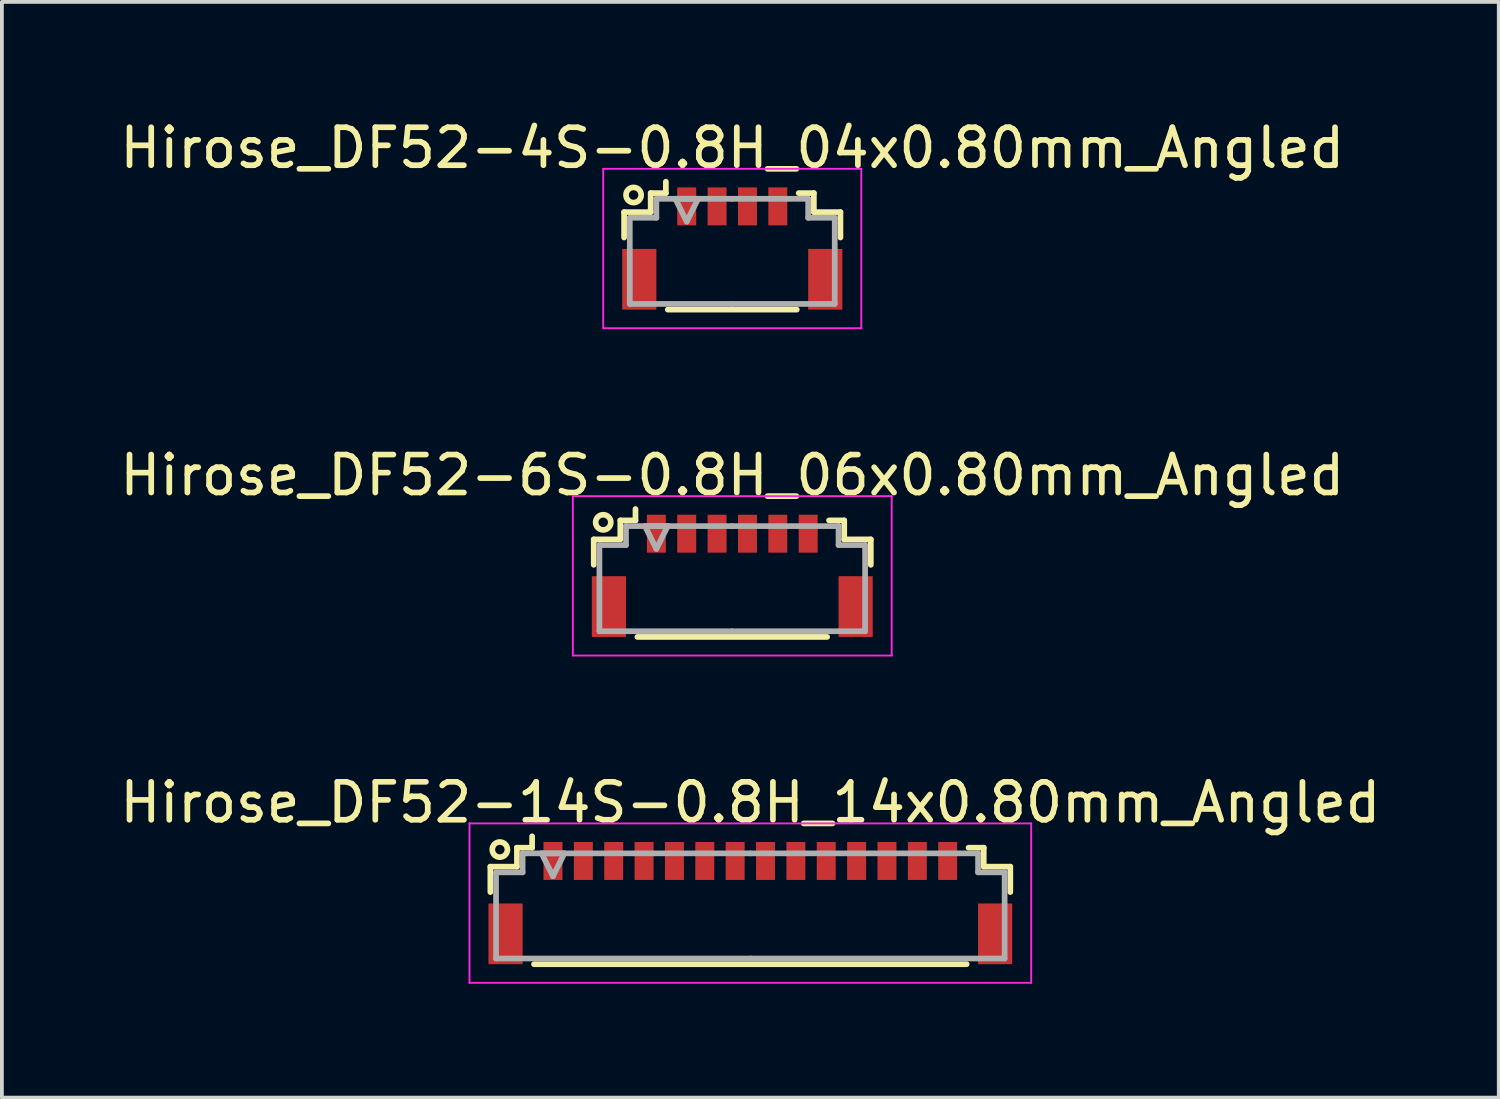
<source format=kicad_pcb>
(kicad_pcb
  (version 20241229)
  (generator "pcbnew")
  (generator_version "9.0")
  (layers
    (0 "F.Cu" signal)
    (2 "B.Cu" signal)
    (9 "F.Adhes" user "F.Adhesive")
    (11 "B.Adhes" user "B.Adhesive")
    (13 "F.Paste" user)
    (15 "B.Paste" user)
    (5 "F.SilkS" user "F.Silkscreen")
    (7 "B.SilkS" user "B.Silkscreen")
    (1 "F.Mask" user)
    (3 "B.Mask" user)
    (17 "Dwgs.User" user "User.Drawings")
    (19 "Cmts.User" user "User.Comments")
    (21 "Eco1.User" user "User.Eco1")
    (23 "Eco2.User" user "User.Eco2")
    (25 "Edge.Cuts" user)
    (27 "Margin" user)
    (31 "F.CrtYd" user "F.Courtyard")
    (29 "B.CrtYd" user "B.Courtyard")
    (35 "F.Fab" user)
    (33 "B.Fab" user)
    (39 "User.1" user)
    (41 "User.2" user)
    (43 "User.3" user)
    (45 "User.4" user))
  (footprint "Hirose_DF52-4S-0.8H_04x0.80mm_Angled"
    (layer "F.Cu")
    (at 16.244 3.348)
    (property "Reference" "Hirose_DF52-4S-0.8H_04x0.80mm_Angled" (at 0 -2.5 0) (layer "F.SilkS") (effects (font (size 1 1) (thickness 0.15))))
    (attr smd)
    (fp_line (start -2.85 -0.81) (end -2.85 -0.14) (stroke (width 0.15) (type solid)) (layer "F.SilkS"))
    (fp_line (start -2.15 -1.31) (end -2.15 -0.81) (stroke (width 0.15) (type solid)) (layer "F.SilkS"))
    (fp_line (start -2.15 -0.81) (end -2.85 -0.81) (stroke (width 0.15) (type solid)) (layer "F.SilkS"))
    (fp_line (start -1.75 -1.61) (end -1.75 -1.31) (stroke (width 0.15) (type solid)) (layer "F.SilkS"))
    (fp_line (start -1.75 -1.31) (end -2.15 -1.31) (stroke (width 0.15) (type solid)) (layer "F.SilkS"))
    (fp_line (start -1.7 1.76) (end 1.7 1.76) (stroke (width 0.15) (type solid)) (layer "F.SilkS"))
    (fp_line (start 1.75 -1.31) (end 2.15 -1.31) (stroke (width 0.15) (type solid)) (layer "F.SilkS"))
    (fp_line (start 2.15 -1.31) (end 2.15 -0.81) (stroke (width 0.15) (type solid)) (layer "F.SilkS"))
    (fp_line (start 2.15 -0.81) (end 2.85 -0.81) (stroke (width 0.15) (type solid)) (layer "F.SilkS"))
    (fp_line (start 2.85 -0.81) (end 2.85 -0.14) (stroke (width 0.15) (type solid)) (layer "F.SilkS"))
    (fp_circle (center -2.6 -1.26) (end -2.4 -1.26) (stroke (width 0.15) (type solid)) (fill no) (layer "F.SilkS"))
    (fp_line (start -3.4 -1.95) (end -3.4 2.25) (stroke (width 0.05) (type solid)) (layer "F.CrtYd"))
    (fp_line (start -3.4 2.25) (end 3.4 2.25) (stroke (width 0.05) (type solid)) (layer "F.CrtYd"))
    (fp_line (start 3.4 -1.95) (end -3.4 -1.95) (stroke (width 0.05) (type solid)) (layer "F.CrtYd"))
    (fp_line (start 3.4 2.25) (end 3.4 -1.95) (stroke (width 0.05) (type solid)) (layer "F.CrtYd"))
    (fp_line (start -2.7 -0.66) (end -2.7 1.61) (stroke (width 0.15) (type solid)) (layer "F.Fab"))
    (fp_line (start -2.7 1.61) (end 0 1.61) (stroke (width 0.15) (type solid)) (layer "F.Fab"))
    (fp_line (start -2 -1.16) (end -2 -1.16) (stroke (width 0.15) (type solid)) (layer "F.Fab"))
    (fp_line (start -2 -1.16) (end -2 -0.66) (stroke (width 0.15) (type solid)) (layer "F.Fab"))
    (fp_line (start -2 -0.66) (end -2.7 -0.66) (stroke (width 0.15) (type solid)) (layer "F.Fab"))
    (fp_line (start -1.5 -1.16) (end -0.9 -1.16) (stroke (width 0.15) (type solid)) (layer "F.Fab"))
    (fp_line (start -1.2 -0.56) (end -1.5 -1.16) (stroke (width 0.15) (type solid)) (layer "F.Fab"))
    (fp_line (start -0.9 -1.16) (end -1.2 -0.56) (stroke (width 0.15) (type solid)) (layer "F.Fab"))
    (fp_line (start 0 -1.16) (end -2 -1.16) (stroke (width 0.15) (type solid)) (layer "F.Fab"))
    (fp_line (start 0 -1.16) (end 2 -1.16) (stroke (width 0.15) (type solid)) (layer "F.Fab"))
    (fp_line (start 2 -1.16) (end 2 -1.16) (stroke (width 0.15) (type solid)) (layer "F.Fab"))
    (fp_line (start 2 -1.16) (end 2 -0.66) (stroke (width 0.15) (type solid)) (layer "F.Fab"))
    (fp_line (start 2 -0.66) (end 2.7 -0.66) (stroke (width 0.15) (type solid)) (layer "F.Fab"))
    (fp_line (start 2.7 -0.66) (end 2.7 1.61) (stroke (width 0.15) (type solid)) (layer "F.Fab"))
    (fp_line (start 2.7 1.61) (end 0 1.61) (stroke (width 0.15) (type solid)) (layer "F.Fab"))
    (pad "" smd rect (at -2.45 0.96) (size 0.9 1.6) (layers "F.Cu" "F.Mask" "F.Paste"))
    (pad "" smd rect (at 2.45 0.96) (size 0.9 1.6) (layers "F.Cu" "F.Mask" "F.Paste"))
    (pad "1" smd rect (at -1.2 -0.96) (size 0.5 1) (layers "F.Cu" "F.Mask" "F.Paste"))
    (pad "2" smd rect (at -0.4 -0.96) (size 0.5 1) (layers "F.Cu" "F.Mask" "F.Paste"))
    (pad "3" smd rect (at 0.4 -0.96) (size 0.5 1) (layers "F.Cu" "F.Mask" "F.Paste"))
    (pad "4" smd rect (at 1.2 -0.96) (size 0.5 1) (layers "F.Cu" "F.Mask" "F.Paste")))
  (footprint "Hirose_DF52-6S-0.8H_06x0.80mm_Angled"
    (layer "F.Cu")
    (at 16.244 11.972)
    (property "Reference" "Hirose_DF52-6S-0.8H_06x0.80mm_Angled" (at 0 -2.5 0) (layer "F.SilkS") (effects (font (size 1 1) (thickness 0.15))))
    (attr smd)
    (fp_line (start -3.65 -0.81) (end -3.65 -0.14) (stroke (width 0.15) (type solid)) (layer "F.SilkS"))
    (fp_line (start -2.95 -1.31) (end -2.95 -0.81) (stroke (width 0.15) (type solid)) (layer "F.SilkS"))
    (fp_line (start -2.95 -0.81) (end -3.65 -0.81) (stroke (width 0.15) (type solid)) (layer "F.SilkS"))
    (fp_line (start -2.55 -1.61) (end -2.55 -1.31) (stroke (width 0.15) (type solid)) (layer "F.SilkS"))
    (fp_line (start -2.55 -1.31) (end -2.95 -1.31) (stroke (width 0.15) (type solid)) (layer "F.SilkS"))
    (fp_line (start -2.5 1.76) (end 2.5 1.76) (stroke (width 0.15) (type solid)) (layer "F.SilkS"))
    (fp_line (start 2.55 -1.31) (end 2.95 -1.31) (stroke (width 0.15) (type solid)) (layer "F.SilkS"))
    (fp_line (start 2.95 -1.31) (end 2.95 -0.81) (stroke (width 0.15) (type solid)) (layer "F.SilkS"))
    (fp_line (start 2.95 -0.81) (end 3.65 -0.81) (stroke (width 0.15) (type solid)) (layer "F.SilkS"))
    (fp_line (start 3.65 -0.81) (end 3.65 -0.14) (stroke (width 0.15) (type solid)) (layer "F.SilkS"))
    (fp_circle (center -3.4 -1.26) (end -3.2 -1.26) (stroke (width 0.15) (type solid)) (fill no) (layer "F.SilkS"))
    (fp_line (start -4.2 -1.95) (end -4.2 2.25) (stroke (width 0.05) (type solid)) (layer "F.CrtYd"))
    (fp_line (start -4.2 2.25) (end 4.2 2.25) (stroke (width 0.05) (type solid)) (layer "F.CrtYd"))
    (fp_line (start 4.2 -1.95) (end -4.2 -1.95) (stroke (width 0.05) (type solid)) (layer "F.CrtYd"))
    (fp_line (start 4.2 2.25) (end 4.2 -1.95) (stroke (width 0.05) (type solid)) (layer "F.CrtYd"))
    (fp_line (start -3.5 -0.66) (end -3.5 1.61) (stroke (width 0.15) (type solid)) (layer "F.Fab"))
    (fp_line (start -3.5 1.61) (end 0 1.61) (stroke (width 0.15) (type solid)) (layer "F.Fab"))
    (fp_line (start -2.8 -1.16) (end -2.8 -1.16) (stroke (width 0.15) (type solid)) (layer "F.Fab"))
    (fp_line (start -2.8 -1.16) (end -2.8 -0.66) (stroke (width 0.15) (type solid)) (layer "F.Fab"))
    (fp_line (start -2.8 -0.66) (end -3.5 -0.66) (stroke (width 0.15) (type solid)) (layer "F.Fab"))
    (fp_line (start -2.3 -1.16) (end -1.7 -1.16) (stroke (width 0.15) (type solid)) (layer "F.Fab"))
    (fp_line (start -2 -0.56) (end -2.3 -1.16) (stroke (width 0.15) (type solid)) (layer "F.Fab"))
    (fp_line (start -1.7 -1.16) (end -2 -0.56) (stroke (width 0.15) (type solid)) (layer "F.Fab"))
    (fp_line (start 0 -1.16) (end -2.8 -1.16) (stroke (width 0.15) (type solid)) (layer "F.Fab"))
    (fp_line (start 0 -1.16) (end 2.8 -1.16) (stroke (width 0.15) (type solid)) (layer "F.Fab"))
    (fp_line (start 2.8 -1.16) (end 2.8 -1.16) (stroke (width 0.15) (type solid)) (layer "F.Fab"))
    (fp_line (start 2.8 -1.16) (end 2.8 -0.66) (stroke (width 0.15) (type solid)) (layer "F.Fab"))
    (fp_line (start 2.8 -0.66) (end 3.5 -0.66) (stroke (width 0.15) (type solid)) (layer "F.Fab"))
    (fp_line (start 3.5 -0.66) (end 3.5 1.61) (stroke (width 0.15) (type solid)) (layer "F.Fab"))
    (fp_line (start 3.5 1.61) (end 0 1.61) (stroke (width 0.15) (type solid)) (layer "F.Fab"))
    (pad "" smd rect (at -3.25 0.96) (size 0.9 1.6) (layers "F.Cu" "F.Mask" "F.Paste"))
    (pad "" smd rect (at 3.25 0.96) (size 0.9 1.6) (layers "F.Cu" "F.Mask" "F.Paste"))
    (pad "1" smd rect (at -2 -0.96) (size 0.5 1) (layers "F.Cu" "F.Mask" "F.Paste"))
    (pad "2" smd rect (at -1.2 -0.96) (size 0.5 1) (layers "F.Cu" "F.Mask" "F.Paste"))
    (pad "3" smd rect (at -0.4 -0.96) (size 0.5 1) (layers "F.Cu" "F.Mask" "F.Paste"))
    (pad "4" smd rect (at 0.4 -0.96) (size 0.5 1) (layers "F.Cu" "F.Mask" "F.Paste"))
    (pad "5" smd rect (at 1.2 -0.96) (size 0.5 1) (layers "F.Cu" "F.Mask" "F.Paste"))
    (pad "6" smd rect (at 2 -0.96) (size 0.5 1) (layers "F.Cu" "F.Mask" "F.Paste")))
  (footprint "Hirose_DF52-14S-0.8H_14x0.80mm_Angled"
    (layer "F.Cu")
    (at 16.72 20.595)
    (property "Reference" "Hirose_DF52-14S-0.8H_14x0.80mm_Angled" (at 0 -2.5 0) (layer "F.SilkS") (effects (font (size 1 1) (thickness 0.15))))
    (attr smd)
    (fp_line (start -6.85 -0.81) (end -6.85 -0.14) (stroke (width 0.15) (type solid)) (layer "F.SilkS"))
    (fp_line (start -6.15 -1.31) (end -6.15 -0.81) (stroke (width 0.15) (type solid)) (layer "F.SilkS"))
    (fp_line (start -6.15 -0.81) (end -6.85 -0.81) (stroke (width 0.15) (type solid)) (layer "F.SilkS"))
    (fp_line (start -5.75 -1.61) (end -5.75 -1.31) (stroke (width 0.15) (type solid)) (layer "F.SilkS"))
    (fp_line (start -5.75 -1.31) (end -6.15 -1.31) (stroke (width 0.15) (type solid)) (layer "F.SilkS"))
    (fp_line (start -5.7 1.76) (end 5.7 1.76) (stroke (width 0.15) (type solid)) (layer "F.SilkS"))
    (fp_line (start 5.75 -1.31) (end 6.15 -1.31) (stroke (width 0.15) (type solid)) (layer "F.SilkS"))
    (fp_line (start 6.15 -1.31) (end 6.15 -0.81) (stroke (width 0.15) (type solid)) (layer "F.SilkS"))
    (fp_line (start 6.15 -0.81) (end 6.85 -0.81) (stroke (width 0.15) (type solid)) (layer "F.SilkS"))
    (fp_line (start 6.85 -0.81) (end 6.85 -0.14) (stroke (width 0.15) (type solid)) (layer "F.SilkS"))
    (fp_circle (center -6.6 -1.26) (end -6.4 -1.26) (stroke (width 0.15) (type solid)) (fill no) (layer "F.SilkS"))
    (fp_line (start -7.4 -1.95) (end -7.4 2.25) (stroke (width 0.05) (type solid)) (layer "F.CrtYd"))
    (fp_line (start -7.4 2.25) (end 7.4 2.25) (stroke (width 0.05) (type solid)) (layer "F.CrtYd"))
    (fp_line (start 7.4 -1.95) (end -7.4 -1.95) (stroke (width 0.05) (type solid)) (layer "F.CrtYd"))
    (fp_line (start 7.4 2.25) (end 7.4 -1.95) (stroke (width 0.05) (type solid)) (layer "F.CrtYd"))
    (fp_line (start -6.7 -0.66) (end -6.7 1.61) (stroke (width 0.15) (type solid)) (layer "F.Fab"))
    (fp_line (start -6.7 1.61) (end 0 1.61) (stroke (width 0.15) (type solid)) (layer "F.Fab"))
    (fp_line (start -6 -1.16) (end -6 -1.16) (stroke (width 0.15) (type solid)) (layer "F.Fab"))
    (fp_line (start -6 -1.16) (end -6 -0.66) (stroke (width 0.15) (type solid)) (layer "F.Fab"))
    (fp_line (start -6 -0.66) (end -6.7 -0.66) (stroke (width 0.15) (type solid)) (layer "F.Fab"))
    (fp_line (start -5.5 -1.16) (end -4.9 -1.16) (stroke (width 0.15) (type solid)) (layer "F.Fab"))
    (fp_line (start -5.2 -0.56) (end -5.5 -1.16) (stroke (width 0.15) (type solid)) (layer "F.Fab"))
    (fp_line (start -4.9 -1.16) (end -5.2 -0.56) (stroke (width 0.15) (type solid)) (layer "F.Fab"))
    (fp_line (start 0 -1.16) (end -6 -1.16) (stroke (width 0.15) (type solid)) (layer "F.Fab"))
    (fp_line (start 0 -1.16) (end 6 -1.16) (stroke (width 0.15) (type solid)) (layer "F.Fab"))
    (fp_line (start 6 -1.16) (end 6 -1.16) (stroke (width 0.15) (type solid)) (layer "F.Fab"))
    (fp_line (start 6 -1.16) (end 6 -0.66) (stroke (width 0.15) (type solid)) (layer "F.Fab"))
    (fp_line (start 6 -0.66) (end 6.7 -0.66) (stroke (width 0.15) (type solid)) (layer "F.Fab"))
    (fp_line (start 6.7 -0.66) (end 6.7 1.61) (stroke (width 0.15) (type solid)) (layer "F.Fab"))
    (fp_line (start 6.7 1.61) (end 0 1.61) (stroke (width 0.15) (type solid)) (layer "F.Fab"))
    (pad "" smd rect (at -6.45 0.96) (size 0.9 1.6) (layers "F.Cu" "F.Mask" "F.Paste"))
    (pad "" smd rect (at 6.45 0.96) (size 0.9 1.6) (layers "F.Cu" "F.Mask" "F.Paste"))
    (pad "1" smd rect (at -5.2 -0.96) (size 0.5 1) (layers "F.Cu" "F.Mask" "F.Paste"))
    (pad "2" smd rect (at -4.4 -0.96) (size 0.5 1) (layers "F.Cu" "F.Mask" "F.Paste"))
    (pad "3" smd rect (at -3.6 -0.96) (size 0.5 1) (layers "F.Cu" "F.Mask" "F.Paste"))
    (pad "4" smd rect (at -2.8 -0.96) (size 0.5 1) (layers "F.Cu" "F.Mask" "F.Paste"))
    (pad "5" smd rect (at -2 -0.96) (size 0.5 1) (layers "F.Cu" "F.Mask" "F.Paste"))
    (pad "6" smd rect (at -1.2 -0.96) (size 0.5 1) (layers "F.Cu" "F.Mask" "F.Paste"))
    (pad "7" smd rect (at -0.4 -0.96) (size 0.5 1) (layers "F.Cu" "F.Mask" "F.Paste"))
    (pad "8" smd rect (at 0.4 -0.96) (size 0.5 1) (layers "F.Cu" "F.Mask" "F.Paste"))
    (pad "9" smd rect (at 1.2 -0.96) (size 0.5 1) (layers "F.Cu" "F.Mask" "F.Paste"))
    (pad "10" smd rect (at 2 -0.96) (size 0.5 1) (layers "F.Cu" "F.Mask" "F.Paste"))
    (pad "11" smd rect (at 2.8 -0.96) (size 0.5 1) (layers "F.Cu" "F.Mask" "F.Paste"))
    (pad "12" smd rect (at 3.6 -0.96) (size 0.5 1) (layers "F.Cu" "F.Mask" "F.Paste"))
    (pad "13" smd rect (at 4.4 -0.96) (size 0.5 1) (layers "F.Cu" "F.Mask" "F.Paste"))
    (pad "14" smd rect (at 5.2 -0.96) (size 0.5 1) (layers "F.Cu" "F.Mask" "F.Paste")))
  (gr_rect
    (start -3 -3)
    (end 36.44 25.87)
    (stroke (width 0.1) (type default))
    (fill no)
    (layer "Edge.Cuts")))
</source>
